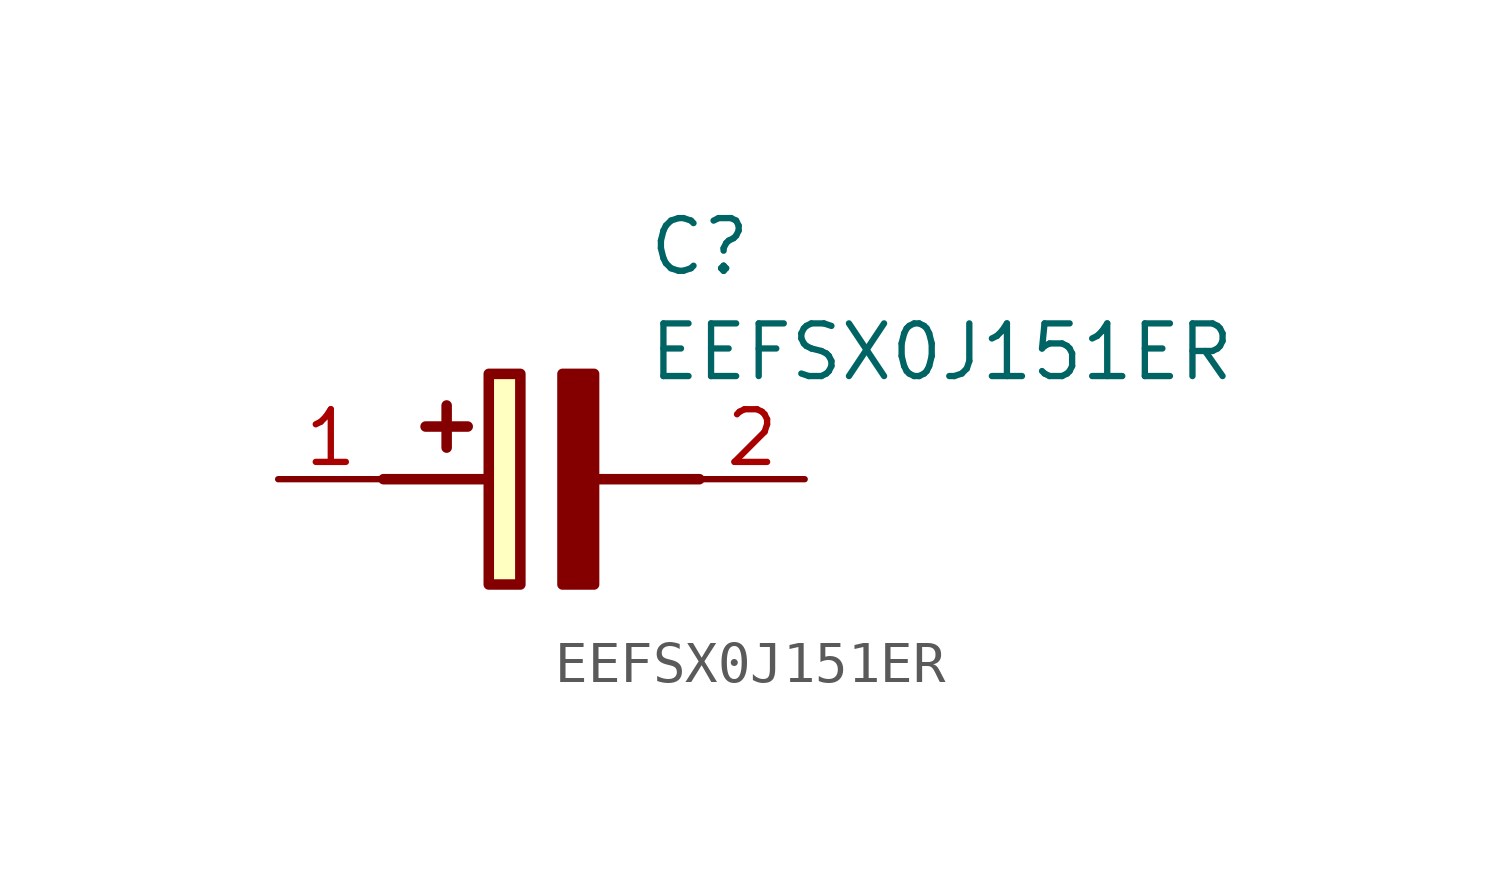
<source format=kicad_sym>
(kicad_symbol_lib
  (version 20211014)
  (generator SamacSys_ECAD_Model)
  (symbol "EEFSX0J151ER"
    (pin_names hide)
    (property "Reference" "C"
      (at 8.89 6.35 0)
      (effects (font (size 1.27 1.27)) (justify left top)))
    (property "Value" "EEFSX0J151ER"
      (at 8.89 3.81 0)
      (effects (font (size 1.27 1.27)) (justify left top)))
    (rectangle
      (start 5.08 2.54)
      (end 5.842 -2.54)
      (stroke (width 0.254) (type default))
      (fill (type background)))
    (polyline
      (pts (xy 4.572 1.27) (xy 3.556 1.27))
      (stroke (width 0.254) (type default))
      (fill (type none)))
    (polyline
      (pts (xy 4.064 1.778) (xy 4.064 0.762))
      (stroke (width 0.254) (type default))
      (fill (type none)))
    (polyline
      (pts (xy 2.54 0) (xy 5.08 0))
      (stroke (width 0.254) (type default))
      (fill (type none)))
    (polyline
      (pts (xy 7.62 0) (xy 10.16 0))
      (stroke (width 0.254) (type default))
      (fill (type none)))
    (polyline
      (pts (xy 7.62 2.54) (xy 7.62 -2.54) (xy 6.858 -2.54) (xy 6.858 2.54) (xy 7.62 2.54))
      (stroke (width 0.254) (type default))
      (fill (type outline)))
    (pin passive line
      (at 0 0 0)
      (length 2.54)
      (name "+" (effects (font (size 1.27 1.27))))
      (number "1" (effects (font (size 1.27 1.27)))))
    (pin passive line
      (at 12.7 0 180)
      (length 2.54)
      (name "-" (effects (font (size 1.27 1.27))))
      (number "2" (effects (font (size 1.27 1.27)))))))
</source>
